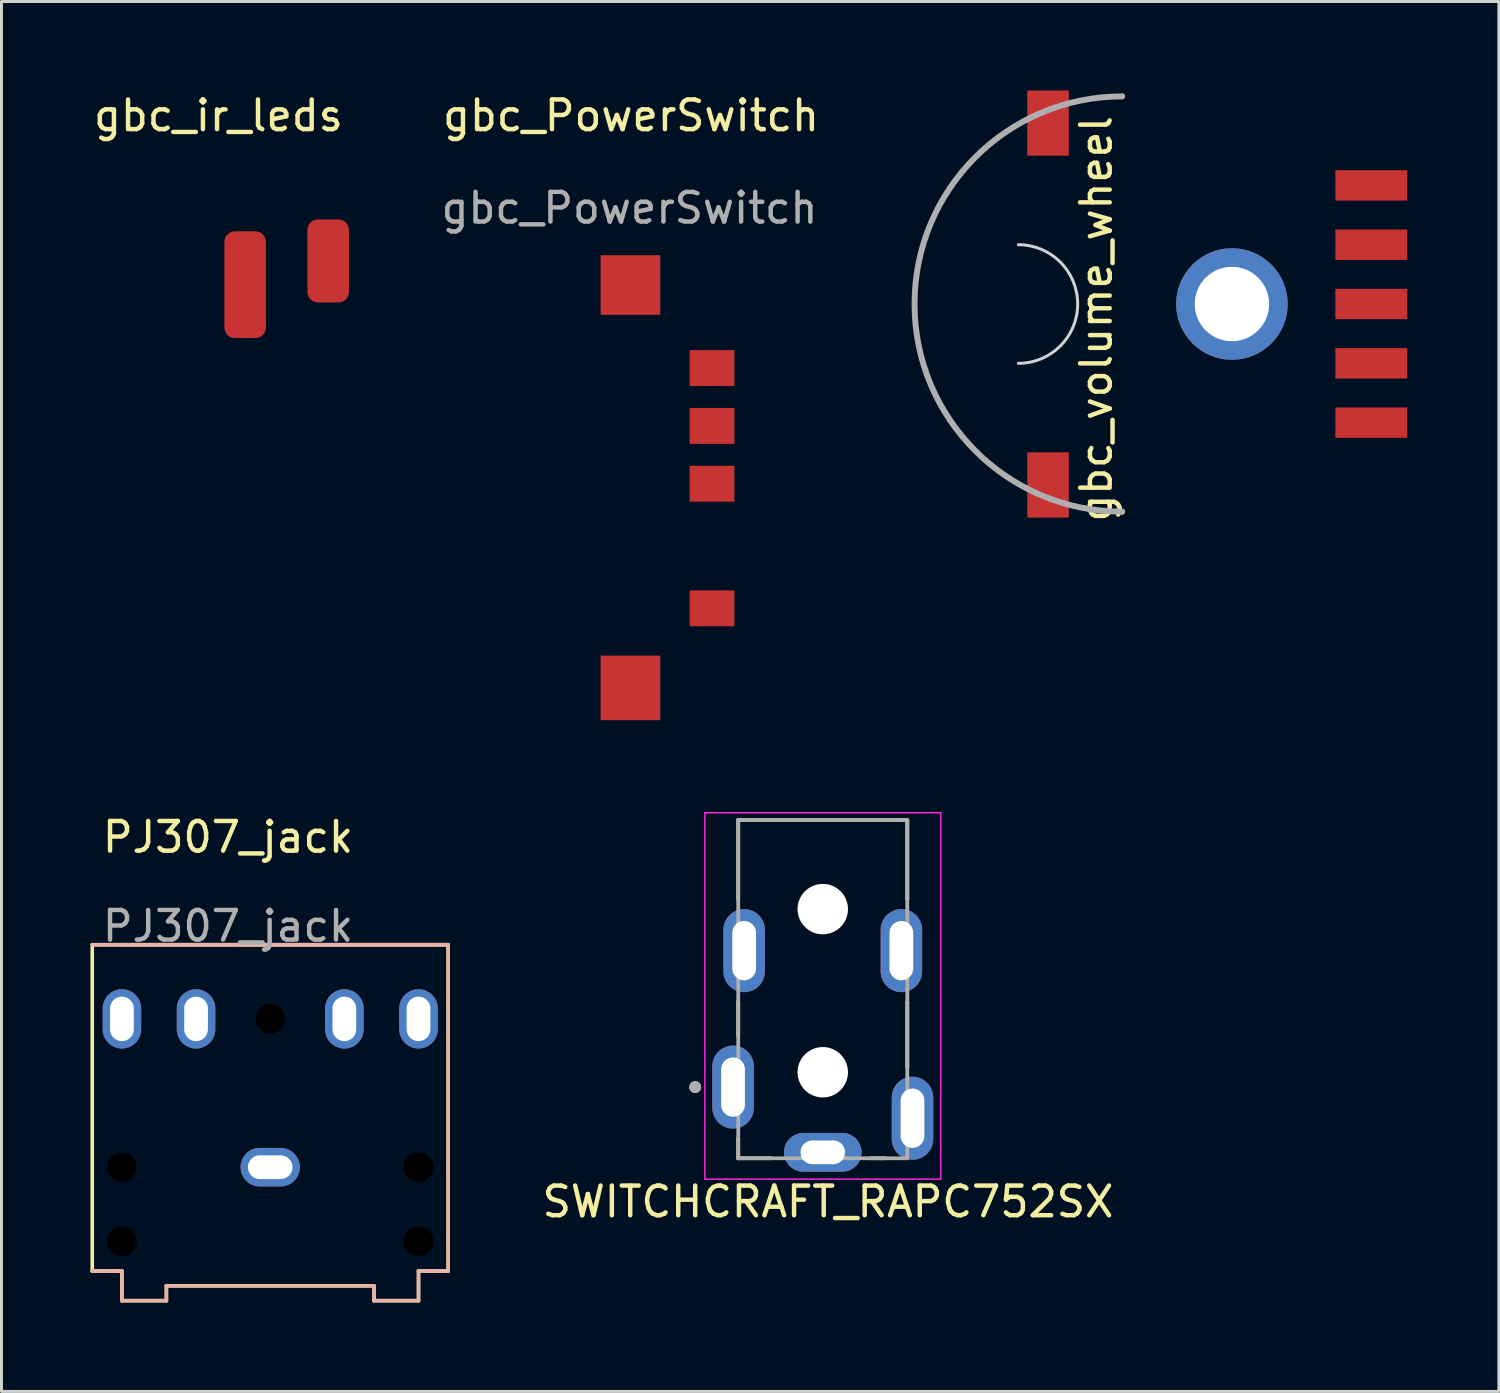
<source format=kicad_pcb>
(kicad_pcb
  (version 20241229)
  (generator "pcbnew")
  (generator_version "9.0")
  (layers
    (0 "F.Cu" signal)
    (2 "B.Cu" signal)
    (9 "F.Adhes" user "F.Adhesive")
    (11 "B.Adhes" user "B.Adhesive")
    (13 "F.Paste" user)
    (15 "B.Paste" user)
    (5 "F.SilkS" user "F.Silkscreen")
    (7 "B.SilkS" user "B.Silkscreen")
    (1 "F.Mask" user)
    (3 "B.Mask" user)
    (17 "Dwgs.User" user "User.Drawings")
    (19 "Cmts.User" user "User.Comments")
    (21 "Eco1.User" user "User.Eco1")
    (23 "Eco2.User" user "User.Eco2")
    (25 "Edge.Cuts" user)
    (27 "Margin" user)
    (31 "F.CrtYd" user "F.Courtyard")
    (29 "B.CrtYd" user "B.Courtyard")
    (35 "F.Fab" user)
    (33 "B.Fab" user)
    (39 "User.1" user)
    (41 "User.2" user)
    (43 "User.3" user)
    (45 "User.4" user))
  (footprint "SWITCHCRAFT_RAPC752SX"
    (layer "F.Cu")
    (at 24.689 27.6)
    (property "Reference" "SWITCHCRAFT_RAPC752SX" (at 0.175 9.865 0) (layer "F.SilkS") (effects (font (size 1 1) (thickness 0.15))))
    (attr through_hole)
    (fp_circle (center 0 0) (end 0.552 0) (stroke (width 1.104) (type solid)) (fill no) (layer "F.Mask"))
    (fp_circle (center 0 5.5) (end 0.552 5.5) (stroke (width 1.104) (type solid)) (fill no) (layer "F.Mask"))
    (fp_circle (center 0 0) (end 0.552 0) (stroke (width 1.104) (type solid)) (fill no) (layer "B.Mask"))
    (fp_circle (center 0 5.5) (end 0.552 5.5) (stroke (width 1.104) (type solid)) (fill no) (layer "B.Mask"))
    (fp_line (start -2.85 -3) (end -2.85 -0.32) (stroke (width 0.127) (type solid)) (layer "F.SilkS"))
    (fp_line (start -2.85 3.12) (end -2.85 4.28) (stroke (width 0.127) (type solid)) (layer "F.SilkS"))
    (fp_line (start -2.85 8.4) (end -2.85 7.72) (stroke (width 0.127) (type solid)) (layer "F.SilkS"))
    (fp_line (start -2.85 8.4) (end -1.75 8.4) (stroke (width 0.127) (type solid)) (layer "F.SilkS"))
    (fp_line (start 1.62 8.4) (end 2.1 8.4) (stroke (width 0.127) (type solid)) (layer "F.SilkS"))
    (fp_line (start 2.85 -3) (end -2.85 -3) (stroke (width 0.127) (type solid)) (layer "F.SilkS"))
    (fp_line (start 2.85 -0.32) (end 2.85 -3) (stroke (width 0.127) (type solid)) (layer "F.SilkS"))
    (fp_line (start 2.85 5.33) (end 2.85 3.12) (stroke (width 0.127) (type solid)) (layer "F.SilkS"))
    (fp_circle (center -4.3 6) (end -4.2 6) (stroke (width 0.2) (type solid)) (fill no) (layer "F.SilkS"))
    (fp_line (start -3.975 -3.25) (end -3.975 9.104) (stroke (width 0.05) (type solid)) (layer "F.CrtYd"))
    (fp_line (start -3.975 9.104) (end 3.975 9.104) (stroke (width 0.05) (type solid)) (layer "F.CrtYd"))
    (fp_line (start 3.975 -3.25) (end -3.975 -3.25) (stroke (width 0.05) (type solid)) (layer "F.CrtYd"))
    (fp_line (start 3.975 9.104) (end 3.975 -3.25) (stroke (width 0.05) (type solid)) (layer "F.CrtYd"))
    (fp_line (start -2.85 -3) (end -2.85 8.4) (stroke (width 0.127) (type solid)) (layer "F.Fab"))
    (fp_line (start -2.85 8.4) (end 2.85 8.4) (stroke (width 0.127) (type solid)) (layer "F.Fab"))
    (fp_line (start 2.85 -3) (end -2.85 -3) (stroke (width 0.127) (type solid)) (layer "F.Fab"))
    (fp_line (start 2.85 8.4) (end 2.85 -3) (stroke (width 0.127) (type solid)) (layer "F.Fab"))
    (fp_circle (center -4.3 6) (end -4.2 6) (stroke (width 0.2) (type solid)) (fill no) (layer "F.Fab"))
    (pad "" np_thru_hole circle (at 0 0) (size 1.7 1.7) (drill 1.7) (layers "*.Cu" "*.Mask"))
    (pad "" np_thru_hole circle (at 0 5.5) (size 1.7 1.7) (drill 1.7) (layers "*.Cu" "*.Mask"))
    (pad "1" thru_hole oval (at -3.025 6) (size 1.4 2.8) (drill oval 0.8 2) (layers "*.Cu" "*.Mask"))
    (pad "2" thru_hole oval (at 3.025 7.05) (size 1.4 2.8) (drill oval 0.8 2) (layers "*.Cu" "*.Mask"))
    (pad "3" thru_hole oval (at 0 8.2) (size 2.616 1.308) (drill oval 1.5 0.8) (layers "*.Cu" "*.Mask"))
    (pad "MP" thru_hole oval (at -2.65 1.4) (size 1.4 2.8) (drill oval 0.8 2) (layers "*.Cu" "*.Mask"))
    (pad "MP" thru_hole oval (at 2.65 1.4) (size 1.4 2.8) (drill oval 0.8 2) (layers "*.Cu" "*.Mask")))
  (footprint "gbc_ir_leds"
    (layer "F.Cu")
    (at 4.015 6.548)
    (property "Reference" "gbc_ir_leds" (at 0.3 -5.7 0) (unlocked yes) (layer "F.SilkS") (effects (font (size 1 1) (thickness 0.15))))
    (attr smd)
    (pad "1" smd roundrect (at 4 -0.8 270) (size 2.8 1.4) (layers "F.Cu" "F.Mask") (roundrect_rratio 0.25))
    (pad "2" smd roundrect (at 1.2 0 270) (size 3.6 1.4) (layers "F.Cu" "F.Mask") (roundrect_rratio 0.25)))
  (footprint "gbc_PowerSwitch"
    (layer "F.Cu")
    (at 18.205 13.234)
    (property "Reference" "gbc_PowerSwitch" (at 0.02 -12.386 0) (unlocked yes) (layer "F.SilkS") (effects (font (size 1 1) (thickness 0.15))))
    (attr smd)
    (fp_poly (pts (xy 1 -5.675) (xy -1 -5.675) (xy -1 -7.675) (xy 1 -7.675)) (stroke (width 0.2) (type solid)) (fill yes) (layer "F.Mask"))
    (fp_poly (pts (xy 1 5.825) (xy -1 5.825) (xy -1 7.991) (xy 1 7.991)) (stroke (width 0.2) (type solid)) (fill yes) (layer "F.Mask"))
    (fp_poly (pts (xy 2 -1.325) (xy 2 -2.525) (xy 3.5 -2.525) (xy 3.5 -1.325)) (stroke (width 0.2) (type solid)) (fill yes) (layer "F.Mask"))
    (fp_poly (pts (xy 2 0.625) (xy 2 -0.575) (xy 3.5 -0.575) (xy 3.5 0.625)) (stroke (width 0.2) (type solid)) (fill yes) (layer "F.Mask"))
    (fp_poly (pts (xy 2 4.825) (xy 2 3.625) (xy 3.5 3.625) (xy 3.5 4.825)) (stroke (width 0.2) (type solid)) (fill yes) (layer "F.Mask"))
    (fp_poly (pts (xy 3.5 -4.475) (xy 2 -4.475) (xy 2 -3.275) (xy 3.5 -3.275) (xy 3.5 -4.475) (xy 2 -3.275)) (stroke (width 0.2) (type solid)) (fill yes) (layer "F.Mask"))
    (fp_text user "${REFERENCE}" (at -0.031 -9.27 0) (unlocked yes) (layer "F.Fab") (effects (font (size 1 1) (thickness 0.15))))
    (pad "1" smd custom (at 2.7 4.225) (size 0.587 0.587) (layers "F.Cu" "F.Mask" "F.Paste") (options (anchor circle)) (primitives (gr_poly (pts (xy -0.459 -0.147) (xy -0.448 -0.203) (xy -0.416 -0.251) (xy -0.368 -0.282) (xy -0.312 -0.293) (xy 0.312 -0.293) (xy 0.368 -0.282) (xy 0.416 -0.251) (xy 0.448 -0.203) (xy 0.459 -0.147) (xy 0.459 0.147) (xy 0.448 0.203) (xy 0.416 0.251) (xy 0.368 0.282) (xy 0.312 0.293) (xy -0.312 0.293) (xy -0.368 0.282) (xy -0.416 0.251) (xy -0.448 0.203) (xy -0.459 0.147)) (width 0) (fill yes)) (gr_poly (pts (xy -0.7 0.6) (xy -0.7 -0.6) (xy 0.8 -0.6) (xy 0.8 0.6)) (width 0.01) (fill yes)) (gr_line (start -0.7 0.6) (end -0.7 0.6) (width 0.01)) (gr_line (start 0.8 -0.6) (end 0.8 -0.6) (width 0.01)) (gr_line (start 0.8 -0.6) (end 0.8 -0.6) (width 0.01)) (gr_line (start 0.8 0.6) (end 0.8 0.6) (width 0.01)) (gr_line (start 0.8 0.6) (end 0.8 0.6) (width 0.01)) (gr_line (start -0.7 0.6) (end -0.7 0.6) (width 0.01))))
    (pad "2" smd custom (at 2.725 -1.95) (size 0.762 0.762) (layers "F.Cu" "F.Mask" "F.Paste") (options (anchor circle)) (primitives (gr_poly (pts (xy -0.447 -0.191) (xy -0.432 -0.263) (xy -0.391 -0.325) (xy -0.329 -0.366) (xy -0.256 -0.381) (xy 0.256 -0.381) (xy 0.329 -0.366) (xy 0.391 -0.325) (xy 0.432 -0.263) (xy 0.447 -0.191) (xy 0.447 0.191) (xy 0.432 0.263) (xy 0.391 0.325) (xy 0.329 0.366) (xy 0.256 0.381) (xy -0.256 0.381) (xy -0.329 0.366) (xy -0.391 0.325) (xy -0.432 0.263) (xy -0.447 0.191)) (width 0) (fill yes)) (gr_poly (pts (xy -0.725 0.625) (xy -0.725 -0.575) (xy 0.775 -0.575) (xy 0.775 0.625)) (width 0.01) (fill yes)) (gr_line (start -0.725 0.625) (end -0.725 0.625) (width 0.01)) (gr_line (start 0.775 -0.575) (end 0.775 -0.575) (width 0.01)) (gr_line (start 0.775 0.625) (end 0.775 0.625) (width 0.01)) (gr_line (start 0.775 -0.575) (end 0.775 -0.575) (width 0.01)) (gr_line (start -0.725 0.625) (end -0.725 0.625) (width 0.01)) (gr_line (start 0.775 0.625) (end 0.775 0.625) (width 0.01))))
    (pad "3" smd custom (at 2.725 -3.875) (size 0.762 0.762) (layers "F.Cu" "F.Mask" "F.Paste") (options (anchor circle)) (primitives (gr_poly (pts (xy -0.384 -0.191) (xy -0.369 -0.263) (xy -0.328 -0.325) (xy -0.266 -0.366) (xy -0.194 -0.381) (xy 0.194 -0.381) (xy 0.266 -0.366) (xy 0.328 -0.325) (xy 0.369 -0.263) (xy 0.384 -0.191) (xy 0.384 0.191) (xy 0.369 0.263) (xy 0.328 0.325) (xy 0.266 0.366) (xy 0.194 0.381) (xy -0.194 0.381) (xy -0.266 0.366) (xy -0.328 0.325) (xy -0.369 0.263) (xy -0.384 0.191)) (width 0) (fill yes)) (gr_poly (pts (xy 0.775 -0.6) (xy -0.725 -0.6) (xy -0.725 0.6) (xy 0.775 0.6) (xy 0.775 -0.6) (xy -0.725 0.6)) (width 0.01) (fill yes))))
    (pad "C" smd custom (at 2.75 -0.05) (size 0.562 0.562) (layers "F.Cu" "F.Mask" "F.Paste") (options (anchor circle)) (primitives (gr_poly (pts (xy -0.384 -0.141) (xy -0.373 -0.194) (xy -0.343 -0.24) (xy -0.297 -0.27) (xy -0.243 -0.281) (xy 0.243 -0.281) (xy 0.297 -0.27) (xy 0.343 -0.24) (xy 0.373 -0.194) (xy 0.384 -0.141) (xy 0.384 0.141) (xy 0.373 0.194) (xy 0.343 0.24) (xy 0.297 0.27) (xy 0.243 0.281) (xy -0.243 0.281) (xy -0.297 0.27) (xy -0.343 0.24) (xy -0.373 0.194) (xy -0.384 0.141)) (width 0) (fill yes)) (gr_poly (pts (xy -0.75 0.675) (xy -0.75 -0.525) (xy 0.75 -0.525) (xy 0.75 0.675)) (width 0.01) (fill yes))))
    (pad "MP" smd custom (at -0.075 7.025) (size 0.762 0.762) (layers "F.Cu" "F.Mask" "F.Paste") (options (anchor circle)) (primitives (gr_poly (pts (xy -0.546 -0.191) (xy -0.532 -0.263) (xy -0.491 -0.325) (xy -0.429 -0.366) (xy -0.356 -0.381) (xy 0.356 -0.381) (xy 0.429 -0.366) (xy 0.491 -0.325) (xy 0.532 -0.263) (xy 0.546 -0.191) (xy 0.546 0.191) (xy 0.532 0.263) (xy 0.491 0.325) (xy 0.429 0.366) (xy 0.356 0.381) (xy -0.356 0.381) (xy -0.429 0.366) (xy -0.491 0.325) (xy -0.532 0.263) (xy -0.546 0.191)) (width 0) (fill yes)) (gr_poly (pts (xy 1.075 -1.2) (xy -0.925 -1.2) (xy -0.925 0.966) (xy 1.075 0.966)) (width 0.01) (fill yes))))
    (pad "MP" smd custom (at -0.05 -6.625) (size 1.037 1.037) (layers "F.Cu" "F.Mask" "F.Paste") (options (anchor circle)) (primitives (gr_poly (pts (xy -0.634 -0.259) (xy -0.614 -0.358) (xy -0.558 -0.443) (xy -0.474 -0.499) (xy -0.375 -0.518) (xy 0.375 -0.518) (xy 0.474 -0.499) (xy 0.558 -0.443) (xy 0.614 -0.358) (xy 0.634 -0.259) (xy 0.634 0.259) (xy 0.614 0.358) (xy 0.558 0.443) (xy 0.474 0.499) (xy 0.375 0.518) (xy -0.375 0.518) (xy -0.474 0.499) (xy -0.558 0.443) (xy -0.614 0.358) (xy -0.634 0.259)) (width 0) (fill yes)) (gr_poly (pts (xy 1.05 0.95) (xy -0.95 0.95) (xy -0.95 -1.05) (xy 1.05 -1.05)) (width 0.01) (fill yes)))))
  (footprint "gbc_volume_wheel"
    (layer "F.Cu")
    (at 35.283 7.2)
    (property "Reference" "gbc_volume_wheel" (at -1.375 0.5 90) (unlocked yes) (layer "F.SilkS") (effects (font (size 1 1) (thickness 0.15))))
    (fp_poly (pts (xy 6.7 -4.5) (xy 6.7 -3.5) (xy 9.1 -3.5) (xy 9.1 -4.5)) (stroke (width 0.2) (type solid)) (fill yes) (layer "F.Mask"))
    (fp_poly (pts (xy 6.7 -2.5) (xy 6.7 -1.5) (xy 9.1 -1.5) (xy 9.1 -2.5)) (stroke (width 0.2) (type solid)) (fill yes) (layer "F.Mask"))
    (fp_poly (pts (xy 6.7 -0.5) (xy 6.7 0.5) (xy 9.1 0.5) (xy 9.1 -0.5)) (stroke (width 0.2) (type solid)) (fill yes) (layer "F.Mask"))
    (fp_poly (pts (xy 6.7 1.5) (xy 6.7 2.5) (xy 9.1 2.5) (xy 9.1 1.5)) (stroke (width 0.2) (type solid)) (fill yes) (layer "F.Mask"))
    (fp_poly (pts (xy 6.7 3.5) (xy 6.7 4.5) (xy 9.1 4.5) (xy 9.1 3.5)) (stroke (width 0.2) (type solid)) (fill yes) (layer "F.Mask"))
    (fp_arc (start -4 -2) (mid -2 0) (end -4 2) (stroke (width 0.1) (type solid)) (layer "Edge.Cuts"))
    (fp_line (start -0.5 -7) (end -0.5 -7) (stroke (width 0.2) (type solid)) (layer "F.Fab"))
    (fp_line (start -0.5 7) (end -0.5 7) (stroke (width 0.2) (type solid)) (layer "F.Fab"))
    (fp_arc (start -0.5 7) (mid -7.5 0) (end -0.5 -7) (stroke (width 0.2) (type solid)) (layer "F.Fab"))
    (pad "1" smd rect (at -3 -6.1 180) (size 1.4 2.2) (layers "F.Cu" "F.Mask" "F.Paste"))
    (pad "1" smd rect (at -3 6.1 180) (size 1.4 2.2) (layers "F.Cu" "F.Mask" "F.Paste"))
    (pad "1" thru_hole circle (at 3.2 0 90) (size 3.762 3.762) (drill 2.508) (layers "*.Cu" "*.Mask"))
    (pad "1" smd custom (at 7.825 3.975) (size 0.537 0.537) (layers "F.Cu" "F.Mask" "F.Paste") (options (anchor circle)) (primitives (gr_poly (pts (xy -0.381 -0.134) (xy -0.371 -0.186) (xy -0.342 -0.229) (xy -0.298 -0.258) (xy -0.247 -0.269) (xy 0.247 -0.269) (xy 0.298 -0.258) (xy 0.342 -0.229) (xy 0.371 -0.186) (xy 0.381 -0.134) (xy 0.381 0.134) (xy 0.371 0.186) (xy 0.342 0.229) (xy 0.298 0.258) (xy 0.247 0.269) (xy -0.247 0.269) (xy -0.298 0.258) (xy -0.342 0.229) (xy -0.371 0.186) (xy -0.381 0.134)) (width 0) (fill yes)) (gr_poly (pts (xy -1.125 -0.475) (xy -1.125 0.525) (xy 1.275 0.525) (xy 1.275 -0.475)) (width 0.025) (fill yes))))
    (pad "2" smd custom (at 7.9 1.95) (size 0.662 0.662) (layers "F.Cu" "F.Mask" "F.Paste") (options (anchor circle)) (primitives (gr_poly (pts (xy -0.569 -0.166) (xy -0.556 -0.229) (xy -0.52 -0.283) (xy -0.466 -0.318) (xy -0.403 -0.331) (xy 0.403 -0.331) (xy 0.466 -0.318) (xy 0.52 -0.283) (xy 0.556 -0.229) (xy 0.569 -0.166) (xy 0.569 0.166) (xy 0.556 0.229) (xy 0.52 0.283) (xy 0.466 0.318) (xy 0.403 0.331) (xy -0.403 0.331) (xy -0.466 0.318) (xy -0.52 0.283) (xy -0.556 0.229) (xy -0.569 0.166)) (width 0) (fill yes)) (gr_poly (pts (xy -1.2 -0.45) (xy -1.2 0.55) (xy 1.2 0.55) (xy 1.2 -0.45)) (width 0.025) (fill yes))))
    (pad "3" smd custom (at 7.925 -0.1) (size 0.537 0.537) (layers "F.Cu" "F.Mask" "F.Paste") (options (anchor circle)) (primitives (gr_poly (pts (xy -0.606 -0.134) (xy -0.596 -0.186) (xy -0.567 -0.229) (xy -0.523 -0.258) (xy -0.472 -0.269) (xy 0.472 -0.269) (xy 0.523 -0.258) (xy 0.567 -0.229) (xy 0.596 -0.186) (xy 0.606 -0.134) (xy 0.606 0.134) (xy 0.596 0.186) (xy 0.567 0.229) (xy 0.523 0.258) (xy 0.472 0.269) (xy -0.472 0.269) (xy -0.523 0.258) (xy -0.567 0.229) (xy -0.596 0.186) (xy -0.606 0.134)) (width 0) (fill yes)) (gr_poly (pts (xy -1.225 -0.4) (xy -1.225 0.6) (xy 1.175 0.6) (xy 1.175 -0.4)) (width 0.025) (fill yes))))
    (pad "4" smd custom (at 7.925 -3.975) (size 0.612 0.612) (layers "F.Cu" "F.Mask" "F.Paste") (options (anchor circle)) (primitives (gr_poly (pts (xy -0.543 -0.153) (xy -0.532 -0.212) (xy -0.499 -0.261) (xy -0.449 -0.294) (xy -0.391 -0.306) (xy 0.391 -0.306) (xy 0.449 -0.294) (xy 0.499 -0.261) (xy 0.532 -0.212) (xy 0.543 -0.153) (xy 0.543 0.153) (xy 0.532 0.212) (xy 0.499 0.261) (xy 0.449 0.294) (xy 0.391 0.306) (xy -0.391 0.306) (xy -0.449 0.294) (xy -0.499 0.261) (xy -0.532 0.212) (xy -0.543 0.153)) (width 0) (fill yes)) (gr_poly (pts (xy -1.225 -0.525) (xy -1.225 0.475) (xy 1.175 0.475) (xy 1.175 -0.525)) (width 0.025) (fill yes))))
    (pad "5" smd custom (at 7.9 -2.075) (size 0.537 0.537) (layers "F.Cu" "F.Mask" "F.Paste") (options (anchor circle)) (primitives (gr_poly (pts (xy -0.631 -0.134) (xy -0.621 -0.186) (xy -0.592 -0.229) (xy -0.548 -0.258) (xy -0.497 -0.269) (xy 0.497 -0.269) (xy 0.548 -0.258) (xy 0.592 -0.229) (xy 0.621 -0.186) (xy 0.631 -0.134) (xy 0.631 0.134) (xy 0.621 0.186) (xy 0.592 0.229) (xy 0.548 0.258) (xy 0.497 0.269) (xy -0.497 0.269) (xy -0.548 0.258) (xy -0.592 0.229) (xy -0.621 0.186) (xy -0.631 0.134)) (width 0) (fill yes)) (gr_poly (pts (xy -1.2 -0.425) (xy -1.2 0.575) (xy 1.2 0.575) (xy 1.2 -0.425)) (width 0.025) (fill yes)))))
  (footprint "PJ307_jack"
    (layer "F.Cu")
    (at 4.56 34.801)
    (property "Reference" "PJ307_jack" (at 0.076 -9.628 0) (unlocked yes) (layer "F.SilkS") (effects (font (size 1 1) (thickness 0.15))))
    (attr through_hole)
    (fp_line (start -4.5 -6) (end 7.5 -6) (stroke (width 0.12) (type solid)) (layer "F.SilkS"))
    (fp_line (start -4.5 5) (end -4.5 -6) (stroke (width 0.12) (type solid)) (layer "F.SilkS"))
    (fp_line (start -4.5 5) (end -3.5 5) (stroke (width 0.12) (type solid)) (layer "F.SilkS"))
    (fp_line (start -3.5 5) (end -3.5 6) (stroke (width 0.12) (type solid)) (layer "F.SilkS"))
    (fp_line (start -3.5 6) (end -2 6) (stroke (width 0.12) (type solid)) (layer "F.SilkS"))
    (fp_line (start -2 5.5) (end 5 5.5) (stroke (width 0.12) (type solid)) (layer "F.SilkS"))
    (fp_line (start -2 6) (end -2 5.5) (stroke (width 0.12) (type solid)) (layer "F.SilkS"))
    (fp_line (start 5 6) (end 5 5.5) (stroke (width 0.12) (type solid)) (layer "F.SilkS"))
    (fp_line (start 6.5 6) (end 5 6) (stroke (width 0.12) (type solid)) (layer "F.SilkS"))
    (fp_line (start 6.5 6) (end 6.5 5) (stroke (width 0.12) (type solid)) (layer "F.SilkS"))
    (fp_line (start 7.5 -6) (end 7.5 5) (stroke (width 0.12) (type solid)) (layer "F.SilkS"))
    (fp_line (start 7.5 5) (end 6.5 5) (stroke (width 0.12) (type solid)) (layer "F.SilkS"))
    (fp_line (start -4.5 -6) (end 7.5 -6) (stroke (width 0.12) (type solid)) (layer "B.SilkS"))
    (fp_line (start -4.5 5) (end -3.5 5) (stroke (width 0.12) (type solid)) (layer "B.SilkS"))
    (fp_line (start -3.5 -6) (end 7.5 -6) (stroke (width 0.12) (type solid)) (layer "B.SilkS"))
    (fp_line (start -3.5 5) (end -3.5 6) (stroke (width 0.12) (type solid)) (layer "B.SilkS"))
    (fp_line (start -3.5 6) (end -2 6) (stroke (width 0.12) (type solid)) (layer "B.SilkS"))
    (fp_line (start -2 5.5) (end 5 5.5) (stroke (width 0.12) (type solid)) (layer "B.SilkS"))
    (fp_line (start -2 6) (end -2 5.5) (stroke (width 0.12) (type solid)) (layer "B.SilkS"))
    (fp_line (start 5 5.5) (end 5 6) (stroke (width 0.12) (type solid)) (layer "B.SilkS"))
    (fp_line (start 5 6) (end 6.5 6) (stroke (width 0.12) (type solid)) (layer "B.SilkS"))
    (fp_line (start 6.5 5) (end 7.5 5) (stroke (width 0.12) (type solid)) (layer "B.SilkS"))
    (fp_line (start 6.5 6) (end 6.5 5) (stroke (width 0.12) (type solid)) (layer "B.SilkS"))
    (fp_line (start 7.5 -6) (end 7.5 5) (stroke (width 0.12) (type solid)) (layer "B.SilkS"))
    (fp_text user "${REFERENCE}" (at 0.076 -6.628 0) (unlocked yes) (layer "F.Fab") (effects (font (size 1 1) (thickness 0.15))))
    (pad "" np_thru_hole circle (at -3.5 1.5 90) (size 1 1) (drill 1) (layers "*.Mask"))
    (pad "" np_thru_hole circle (at -3.5 4 90) (size 1 1) (drill 1) (layers "*.Mask"))
    (pad "" np_thru_hole circle (at 1.5 -3.5 90) (size 1 1) (drill 1) (layers "*.Mask"))
    (pad "" np_thru_hole circle (at 6.5 1.5 90) (size 1 1) (drill 1) (layers "*.Mask"))
    (pad "" np_thru_hole circle (at 6.5 4 90) (size 1 1) (drill 1) (layers "*.Mask"))
    (pad "R" thru_hole oval (at 6.5 -3.5 90) (size 2 1.3) (drill oval 1.5 0.8) (layers "*.Cu" "*.Mask"))
    (pad "RN" thru_hole oval (at 4 -3.5 90) (size 2 1.3) (drill oval 1.5 0.8) (layers "*.Cu" "*.Mask"))
    (pad "S" thru_hole oval (at 1.5 1.5 90) (size 1.3 2) (drill oval 0.8 1.5) (layers "*.Cu" "*.Mask"))
    (pad "T" thru_hole oval (at -3.5 -3.5 90) (size 2 1.3) (drill oval 1.5 0.8) (layers "*.Cu" "*.Mask"))
    (pad "TN" thru_hole oval (at -1 -3.5 90) (size 2 1.3) (drill oval 1.5 0.8) (layers "*.Cu" "*.Mask")))
  (gr_rect
    (start -3 -3)
    (end 47.483 43.861)
    (stroke (width 0.1) (type default))
    (fill no)
    (layer "Edge.Cuts")))
</source>
